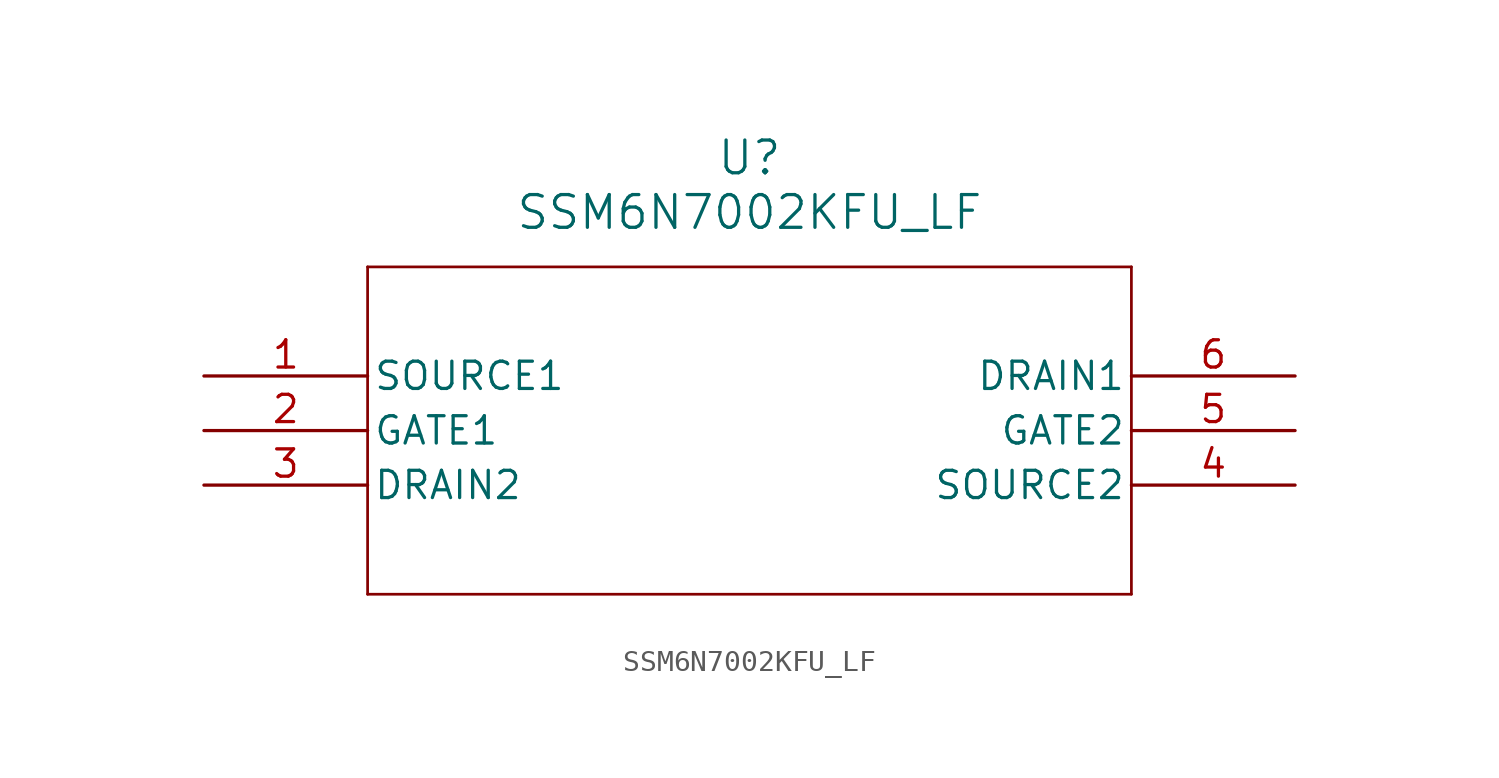
<source format=kicad_sym>
(kicad_symbol_lib
  (version 20211014)
  (generator kicad_symbol_editor)
  (symbol "SSM6N7002KFU_LF"
    (pin_names
      (offset 0.254))
    (property "Reference" "U"
      (at 25.4 10.16 0)
      (effects (font (size 1.524 1.524))))
    (property "Value" "SSM6N7002KFU_LF"
      (at 25.4 7.62 0)
      (effects (font (size 1.524 1.524))))
    (symbol "SSM6N7002KFU_LF_0_1"
      (polyline (pts (xy 7.62 5.08) (xy 7.62 -10.16)) (stroke (width 0.127) (type default) (color 0 0 0 0)) (fill (type none)))
      (polyline (pts (xy 7.62 -10.16) (xy 43.18 -10.16)) (stroke (width 0.127) (type default) (color 0 0 0 0)) (fill (type none)))
      (polyline (pts (xy 43.18 -10.16) (xy 43.18 5.08)) (stroke (width 0.127) (type default) (color 0 0 0 0)) (fill (type none)))
      (polyline (pts (xy 43.18 5.08) (xy 7.62 5.08)) (stroke (width 0.127) (type default) (color 0 0 0 0)) (fill (type none)))
      (pin unspecified line (at 0 0 0) (length 7.62) (name "SOURCE1" (effects (font (size 1.27 1.27)))) (number "1" (effects (font (size 1.27 1.27)))))
      (pin unspecified line (at 0 -2.54 0) (length 7.62) (name "GATE1" (effects (font (size 1.27 1.27)))) (number "2" (effects (font (size 1.27 1.27)))))
      (pin unspecified line (at 0 -5.08 0) (length 7.62) (name "DRAIN2" (effects (font (size 1.27 1.27)))) (number "3" (effects (font (size 1.27 1.27)))))
      (pin unspecified line (at 50.8 -5.08 180) (length 7.62) (name "SOURCE2" (effects (font (size 1.27 1.27)))) (number "4" (effects (font (size 1.27 1.27)))))
      (pin unspecified line (at 50.8 -2.54 180) (length 7.62) (name "GATE2" (effects (font (size 1.27 1.27)))) (number "5" (effects (font (size 1.27 1.27)))))
      (pin unspecified line (at 50.8 0 180) (length 7.62) (name "DRAIN1" (effects (font (size 1.27 1.27)))) (number "6" (effects (font (size 1.27 1.27))))))))
</source>
